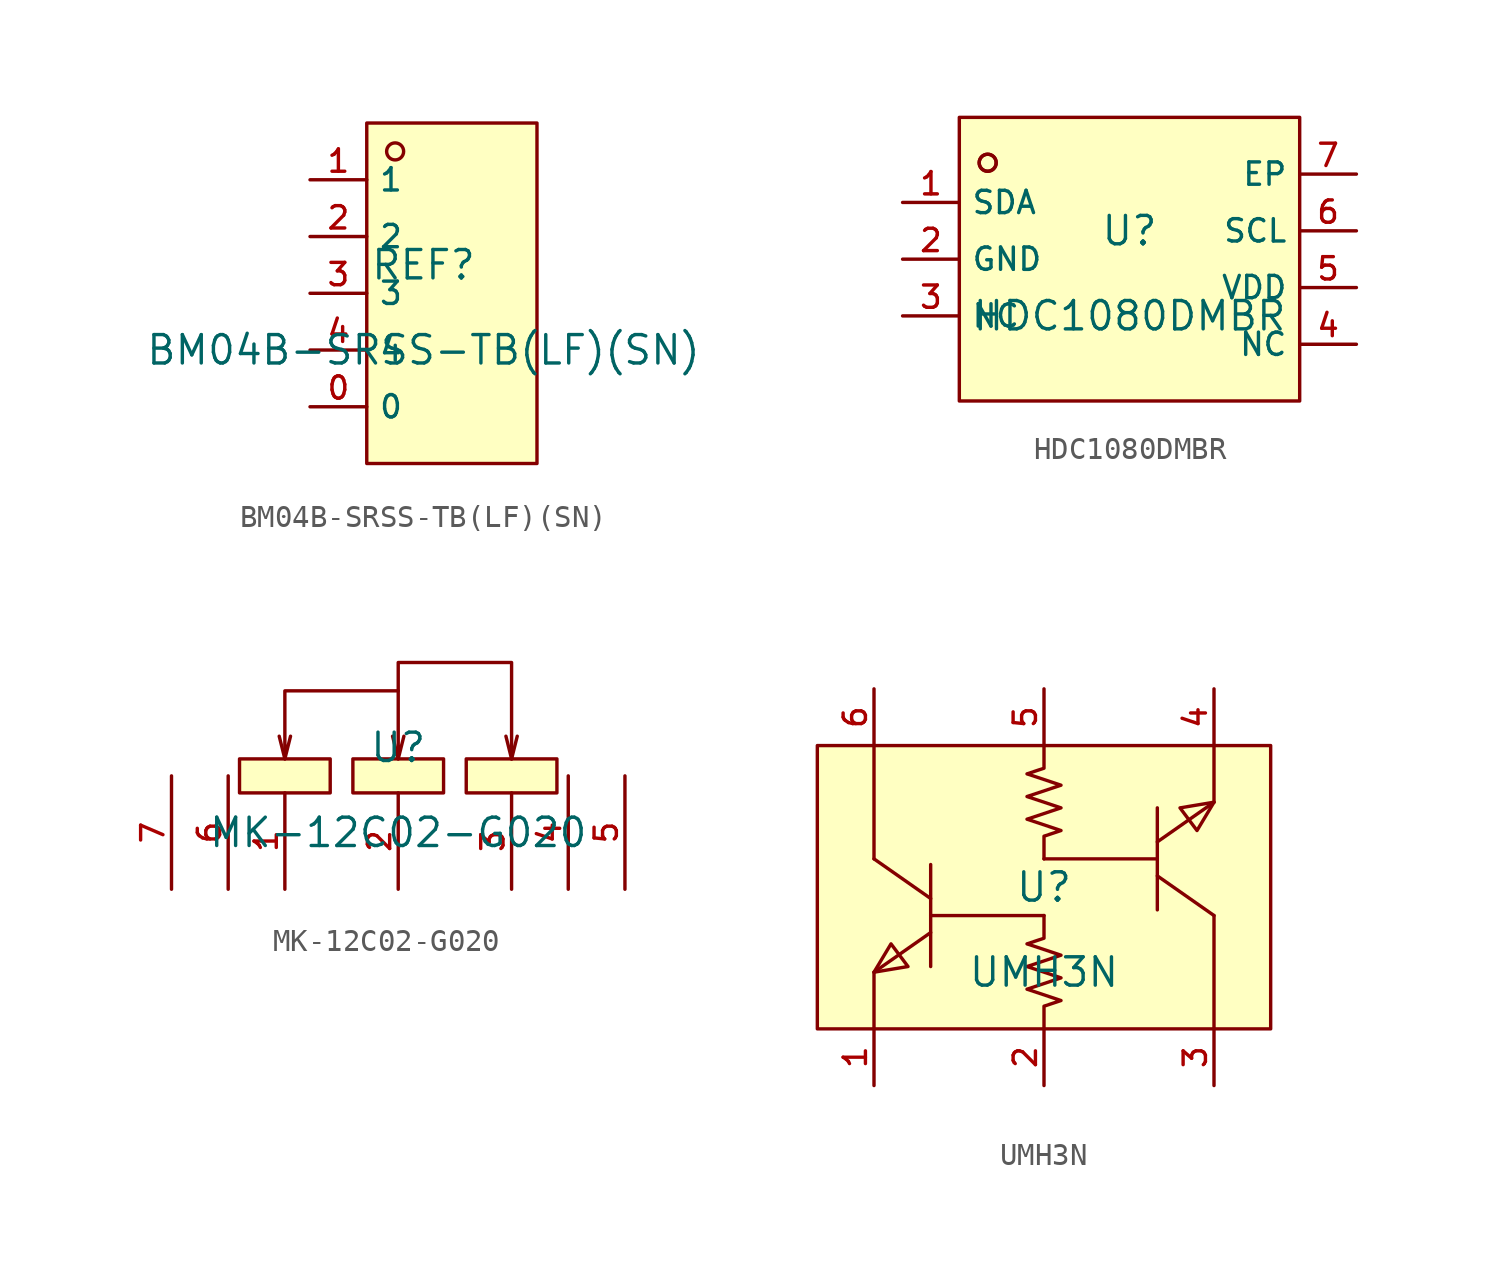
<source format=kicad_sym>
(kicad_symbol_lib
  (version 20210201)
  (generator TousstNicolas/JLC2KiCad_lib)
  (symbol "BM04B-SRSS-TB(LF)(SN)"
    (property "Reference" "REF"
      (at 0 1.27 0)
      (effects (font (size 1.27 1.27))))
    (property "Value" "BM04B-SRSS-TB(LF)(SN)"
      (at 0 -2.54 0)
      (effects (font (size 1.27 1.27))))
    (symbol "BM04B-SRSS-TB(LF)(SN)_0_1"
      (rectangle (start -2.54 7.62) (end 5.08 -7.62) (stroke (width 0) (type default) (color 0 0 0 0)) (fill (type background)))
      (circle (center -1.27 6.35) (radius 0.381) (stroke (width 0) (type default) (color 0 0 0 0)) (fill (type background)))
      (pin unspecified line (at -5.08 5.08 0) (length 2.54) (name "1" (effects (font (size 1 1)))) (number "1" (effects (font (size 1 1)))))
      (pin unspecified line (at -5.08 2.54 0) (length 2.54) (name "2" (effects (font (size 1 1)))) (number "2" (effects (font (size 1 1)))))
      (pin unspecified line (at -5.08 -0.0 0) (length 2.54) (name "3" (effects (font (size 1 1)))) (number "3" (effects (font (size 1 1)))))
      (pin unspecified line (at -5.08 -2.54 0) (length 2.54) (name "4" (effects (font (size 1 1)))) (number "4" (effects (font (size 1 1)))))
      (pin unspecified line (at -5.08 -5.08 0) (length 2.54) (name "0" (effects (font (size 1 1)))) (number "0" (effects (font (size 1 1)))))))
  (symbol "HDC1080DMBR"
    (property "Reference" "U"
      (at 0 1.27 0)
      (effects (font (size 1.27 1.27))))
    (property "Value" "HDC1080DMBR"
      (at 0 -2.54 0)
      (effects (font (size 1.27 1.27))))
    (symbol "HDC1080DMBR_0_1"
      (circle (center -6.35 4.318) (radius 0.381) (stroke (width 0) (type default) (color 0 0 0 0)) (fill (type background)))
      (rectangle (start -7.62 6.35) (end 7.62 -6.35) (stroke (width 0) (type default) (color 0 0 0 0)) (fill (type background)))
      (circle (center -6.35 4.318) (radius 0.381) (stroke (width 0) (type default) (color 0 0 0 0)) (fill (type background)))
      (pin unspecified line (at -10.16 2.54 0) (length 2.54) (name "SDA" (effects (font (size 1 1)))) (number "1" (effects (font (size 1 1)))))
      (pin unspecified line (at -10.16 -0.0 0) (length 2.54) (name "GND" (effects (font (size 1 1)))) (number "2" (effects (font (size 1 1)))))
      (pin unspecified line (at -10.16 -2.54 0) (length 2.54) (name "NC" (effects (font (size 1 1)))) (number "3" (effects (font (size 1 1)))))
      (pin unspecified line (at 10.16 -3.81 180) (length 2.54) (name "NC" (effects (font (size 1 1)))) (number "4" (effects (font (size 1 1)))))
      (pin unspecified line (at 10.16 -1.27 180) (length 2.54) (name "VDD" (effects (font (size 1 1)))) (number "5" (effects (font (size 1 1)))))
      (pin unspecified line (at 10.16 1.27 180) (length 2.54) (name "SCL" (effects (font (size 1 1)))) (number "6" (effects (font (size 1 1)))))
      (pin unspecified line (at 10.16 3.81 180) (length 2.54) (name "EP" (effects (font (size 1 1)))) (number "7" (effects (font (size 1 1)))))))
  (symbol "MK-12C02-G020"
    (pin_names hide)
    (property "Reference" "U"
      (at 0 1.27 0)
      (effects (font (size 1.27 1.27))))
    (property "Value" "MK-12C02-G020"
      (at 0 -2.54 0)
      (effects (font (size 1.27 1.27))))
    (symbol "MK-12C02-G020_0_1"
      (pin unspecified line (at -10.16 -5.08 90) (length 5.08) (name "7" (effects (font (size 1 1)))) (number "7" (effects (font (size 1 1)))))
      (pin unspecified line (at -7.62 -5.08 90) (length 5.08) (name "6" (effects (font (size 1 1)))) (number "6" (effects (font (size 1 1)))))
      (pin unspecified line (at 10.16 -5.08 90) (length 5.08) (name "5" (effects (font (size 1 1)))) (number "5" (effects (font (size 1 1)))))
      (pin unspecified line (at 7.62 -5.08 90) (length 5.08) (name "4" (effects (font (size 1 1)))) (number "4" (effects (font (size 1 1)))))
      (pin unspecified line (at 5.08 -5.08 90) (length 4.318) (name "3" (effects (font (size 1 1)))) (number "3" (effects (font (size 1 1)))))
      (pin unspecified line (at 0.0 -5.08 90) (length 4.318) (name "2" (effects (font (size 1 1)))) (number "2" (effects (font (size 1 1)))))
      (pin unspecified line (at -5.08 -5.08 90) (length 4.318) (name "1" (effects (font (size 1 1)))) (number "1" (effects (font (size 1 1)))))
      (polyline (pts (xy -5.08 0.762) (xy -5.334 1.778)) (stroke (width 0) (type default) (color 0 0 0 0)) (fill (type none)))
      (polyline (pts (xy 0.0 3.81) (xy -5.08 3.81) (xy -5.08 0.762) (xy -4.826 1.778)) (stroke (width 0) (type default) (color 0 0 0 0)) (fill (type none)))
      (polyline (pts (xy 5.08 0.762) (xy 4.826 1.778)) (stroke (width 0) (type default) (color 0 0 0 0)) (fill (type none)))
      (polyline (pts (xy 5.08 0.762) (xy 5.334 1.778)) (stroke (width 0) (type default) (color 0 0 0 0)) (fill (type none)))
      (polyline (pts (xy 0.0 0.762) (xy -0.254 1.778)) (stroke (width 0) (type default) (color 0 0 0 0)) (fill (type none)))
      (polyline (pts (xy 5.08 0.762) (xy 5.08 5.08) (xy 0.0 5.08) (xy 0.0 0.762) (xy 0.254 1.778)) (stroke (width 0) (type default) (color 0 0 0 0)) (fill (type none)))
      (rectangle (start -7.112 0.762) (end -3.048 -0.762) (stroke (width 0) (type default) (color 0 0 0 0)) (fill (type background)))
      (rectangle (start 3.048 0.762) (end 7.112 -0.762) (stroke (width 0) (type default) (color 0 0 0 0)) (fill (type background)))
      (rectangle (start -2.032 0.762) (end 2.032 -0.762) (stroke (width 0) (type default) (color 0 0 0 0)) (fill (type background)))))
  (symbol "UMH3N"
    (pin_names hide)
    (property "Reference" "U"
      (at 0 1.27 0)
      (effects (font (size 1.27 1.27))))
    (property "Value" "UMH3N"
      (at 0 -2.54 0)
      (effects (font (size 1.27 1.27))))
    (symbol "UMH3N_0_1"
      (pin unspecified line (at 7.62 -7.62 90) (length 2.54) (name "C" (effects (font (size 1 1)))) (number "3" (effects (font (size 1 1)))))
      (pin unspecified line (at 0.0 10.16 270) (length 2.54) (name "B" (effects (font (size 1 1)))) (number "5" (effects (font (size 1 1)))))
      (pin unspecified line (at 7.62 10.16 270) (length 2.54) (name "E" (effects (font (size 1 1)))) (number "4" (effects (font (size 1 1)))))
      (polyline (pts (xy 7.62 -0.0) (xy 5.08 1.778)) (stroke (width 0) (type default) (color 0 0 0 0)) (fill (type none)))
      (polyline (pts (xy 5.08 3.302) (xy 7.62 5.08)) (stroke (width 0) (type default) (color 0 0 0 0)) (fill (type none)))
      (polyline (pts (xy 5.08 0.254) (xy 5.08 4.826)) (stroke (width 0) (type default) (color 0 0 0 0)) (fill (type none)))
      (polyline (pts (xy 7.62 5.08) (xy 6.858 3.81) (xy 6.096 4.826) (xy 7.62 5.08)) (stroke (width 0) (type default) (color 0 0 0 0)) (fill (type background)))
      (pin unspecified line (at -7.62 10.16 270) (length 2.54) (name "C" (effects (font (size 1 1)))) (number "6" (effects (font (size 1 1)))))
      (pin unspecified line (at 0.0 -7.62 90) (length 2.54) (name "B" (effects (font (size 1 1)))) (number "2" (effects (font (size 1 1)))))
      (pin unspecified line (at -7.62 -7.62 90) (length 2.54) (name "E" (effects (font (size 1 1)))) (number "1" (effects (font (size 1 1)))))
      (polyline (pts (xy -7.62 2.54) (xy -5.08 0.762)) (stroke (width 0) (type default) (color 0 0 0 0)) (fill (type none)))
      (polyline (pts (xy -5.08 -0.762) (xy -7.62 -2.54)) (stroke (width 0) (type default) (color 0 0 0 0)) (fill (type none)))
      (polyline (pts (xy -5.08 2.286) (xy -5.08 -2.286)) (stroke (width 0) (type default) (color 0 0 0 0)) (fill (type none)))
      (polyline (pts (xy -7.62 -2.54) (xy -6.858 -1.27) (xy -6.096 -2.286) (xy -7.62 -2.54)) (stroke (width 0) (type default) (color 0 0 0 0)) (fill (type background)))
      (polyline (pts (xy 0.0 -0.0) (xy 0.0 -1.016) (xy -0.762 -1.27) (xy 0.762 -1.778) (xy -0.762 -2.286) (xy 0.762 -2.794) (xy -0.762 -3.302) (xy 0.762 -3.81) (xy 0.0 -4.064) (xy 0.0 -5.08)) (stroke (width 0) (type default) (color 0 0 0 0)) (fill (type none)))
      (polyline (pts (xy 0.0 2.54) (xy 0.0 3.556) (xy 0.762 3.81) (xy -0.762 4.318) (xy 0.762 4.826) (xy -0.762 5.334) (xy 0.762 5.842) (xy -0.762 6.35) (xy 0.0 6.604) (xy 0.0 7.62)) (stroke (width 0) (type default) (color 0 0 0 0)) (fill (type none)))
      (polyline (pts (xy 0.0 2.54) (xy 5.08 2.54)) (stroke (width 0) (type default) (color 0 0 0 0)) (fill (type none)))
      (polyline (pts (xy -5.08 -0.0) (xy 0.0 -0.0)) (stroke (width 0) (type default) (color 0 0 0 0)) (fill (type none)))
      (polyline (pts (xy -7.62 -2.54) (xy -7.62 -5.08)) (stroke (width 0) (type default) (color 0 0 0 0)) (fill (type none)))
      (polyline (pts (xy -7.62 7.62) (xy -7.62 2.54)) (stroke (width 0) (type default) (color 0 0 0 0)) (fill (type none)))
      (polyline (pts (xy 7.62 7.62) (xy 7.62 5.08)) (stroke (width 0) (type default) (color 0 0 0 0)) (fill (type none)))
      (polyline (pts (xy 7.62 -0.0) (xy 7.62 -5.08)) (stroke (width 0) (type default) (color 0 0 0 0)) (fill (type none)))
      (rectangle (start -10.16 7.62) (end 10.16 -5.08) (stroke (width 0) (type default) (color 0 0 0 0)) (fill (type background))))))
</source>
